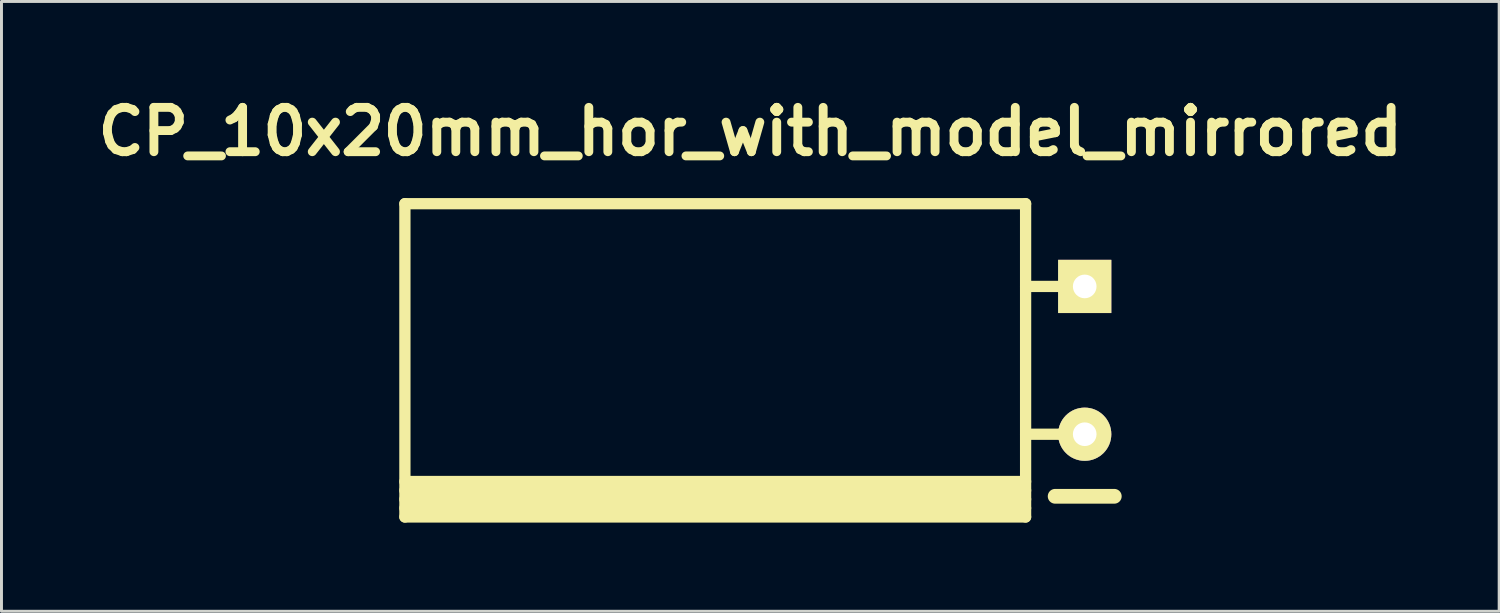
<source format=kicad_pcb>
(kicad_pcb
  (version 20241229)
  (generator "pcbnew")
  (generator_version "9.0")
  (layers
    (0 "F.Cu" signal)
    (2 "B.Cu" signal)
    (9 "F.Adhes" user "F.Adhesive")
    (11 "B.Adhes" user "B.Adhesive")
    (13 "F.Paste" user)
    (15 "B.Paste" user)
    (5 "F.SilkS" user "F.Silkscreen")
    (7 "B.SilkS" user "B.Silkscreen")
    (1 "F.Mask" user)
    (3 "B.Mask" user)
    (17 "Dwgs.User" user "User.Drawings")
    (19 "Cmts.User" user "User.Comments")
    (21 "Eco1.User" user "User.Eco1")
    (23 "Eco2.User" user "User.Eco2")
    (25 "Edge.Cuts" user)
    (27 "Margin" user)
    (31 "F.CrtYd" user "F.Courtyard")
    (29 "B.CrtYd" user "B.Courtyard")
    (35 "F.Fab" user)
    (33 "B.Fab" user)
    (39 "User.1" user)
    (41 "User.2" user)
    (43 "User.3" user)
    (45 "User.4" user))
  (footprint "CP_10x20mm_hor_with_model_mirrored"
    (layer "F.Cu")
    (at 32.336 8.404)
    (property "Reference" "CP_10x20mm_hor_with_model_mirrored" (at -10 -7 180) (layer "F.SilkS") (effects (font (size 1.5 1.5) (thickness 0.3))))
    (attr through_hole)
    (fp_line (start -21.687 -4.563) (end -0.687 -4.563) (stroke (width 0.381) (type solid)) (layer "F.SilkS"))
    (fp_line (start -21.687 6.037) (end -21.687 -4.563) (stroke (width 0.381) (type solid)) (layer "F.SilkS"))
    (fp_line (start -21.687 6.037) (end -0.687 6.037) (stroke (width 0.381) (type solid)) (layer "F.SilkS"))
    (fp_line (start -0.687 -4.563) (end -0.687 6.037) (stroke (width 0.381) (type solid)) (layer "F.SilkS"))
    (fp_line (start -0.687 4.837) (end -21.687 4.837) (stroke (width 0.381) (type solid)) (layer "F.SilkS"))
    (fp_line (start -0.687 5.137) (end -21.687 5.137) (stroke (width 0.381) (type solid)) (layer "F.SilkS"))
    (fp_line (start -0.687 5.437) (end -21.687 5.437) (stroke (width 0.381) (type solid)) (layer "F.SilkS"))
    (fp_line (start -0.687 5.737) (end -21.687 5.737) (stroke (width 0.381) (type solid)) (layer "F.SilkS"))
    (fp_line (start 1.313 -1.763) (end -0.687 -1.763) (stroke (width 0.381) (type solid)) (layer "F.SilkS"))
    (fp_line (start 1.313 3.237) (end -0.687 3.237) (stroke (width 0.381) (type solid)) (layer "F.SilkS"))
    (fp_line (start 2.313 5.337) (end 0.313 5.337) (stroke (width 0.5) (type solid)) (layer "F.SilkS"))
    (pad "1" thru_hole rect (at 1.313 -1.763 180) (size 1.8 1.8) (drill 0.8) (layers "*.Cu" "*.Mask" "F.SilkS"))
    (pad "2" thru_hole circle (at 1.313 3.237 180) (size 1.8 1.8) (drill 0.8) (layers "*.Cu" "*.Mask" "F.SilkS")))
  (gr_rect
    (start -3 -3)
    (end 47.671 17.631)
    (stroke (width 0.1) (type default))
    (fill no)
    (layer "Edge.Cuts")))
</source>
